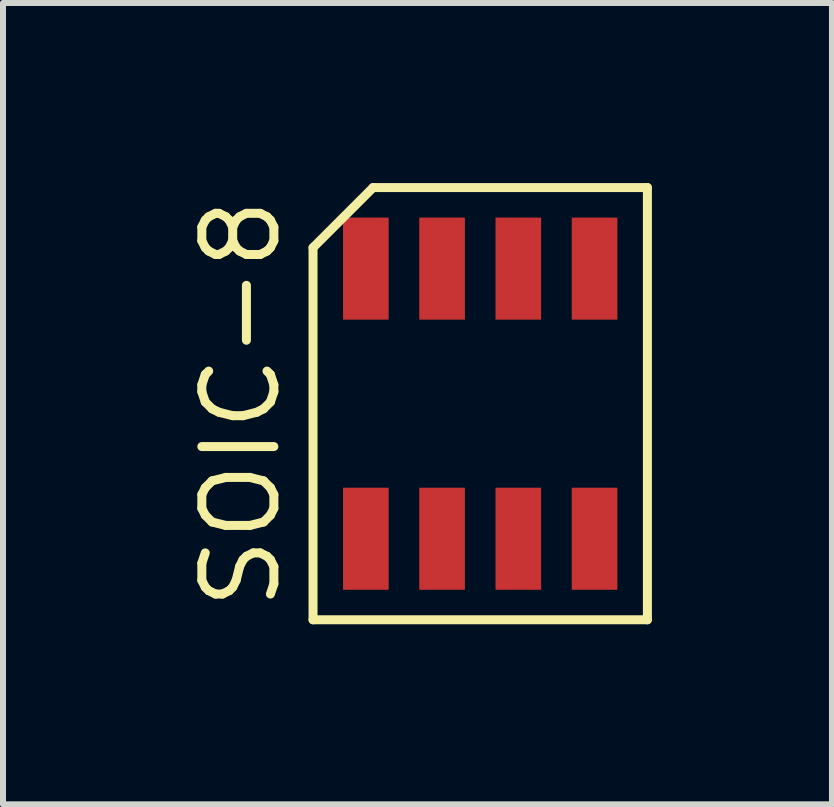
<source format=kicad_pcb>
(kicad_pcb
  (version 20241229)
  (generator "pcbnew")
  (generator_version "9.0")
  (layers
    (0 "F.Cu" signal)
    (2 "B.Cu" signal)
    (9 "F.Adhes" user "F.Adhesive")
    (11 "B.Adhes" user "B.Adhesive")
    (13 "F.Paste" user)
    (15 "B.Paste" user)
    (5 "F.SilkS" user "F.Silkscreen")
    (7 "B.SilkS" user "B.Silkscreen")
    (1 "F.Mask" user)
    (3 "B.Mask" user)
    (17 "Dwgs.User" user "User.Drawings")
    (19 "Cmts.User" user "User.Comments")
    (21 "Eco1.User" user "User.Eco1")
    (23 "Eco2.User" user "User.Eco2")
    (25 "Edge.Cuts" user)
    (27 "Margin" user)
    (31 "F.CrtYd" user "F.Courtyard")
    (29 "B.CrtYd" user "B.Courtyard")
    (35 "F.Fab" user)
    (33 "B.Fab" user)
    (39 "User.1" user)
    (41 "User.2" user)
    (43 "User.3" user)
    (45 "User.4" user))
  (footprint "SOIC-8"
    (layer "F.Cu")
    (at 4.95 3.675)
    (property "Reference" "SOIC-8" (at -3.985 0 90) (layer "F.SilkS") (effects (font (size 1.2 1.2) (thickness 0.15))))
    (attr through_hole)
    (fp_line (start -2.785 -2.6) (end -2.785 3.6) (stroke (width 0.15) (type solid)) (layer "F.SilkS"))
    (fp_line (start -2.785 3.6) (end 2.785 3.6) (stroke (width 0.15) (type solid)) (layer "F.SilkS"))
    (fp_line (start -1.785 -3.6) (end -2.785 -2.6) (stroke (width 0.15) (type solid)) (layer "F.SilkS"))
    (fp_line (start 2.785 -3.6) (end -1.785 -3.6) (stroke (width 0.15) (type solid)) (layer "F.SilkS"))
    (fp_line (start 2.785 3.6) (end 2.785 -3.6) (stroke (width 0.15) (type solid)) (layer "F.SilkS"))
    (pad "1" smd rect (at -1.905 2.25) (size 0.76 1.7) (layers "F.Cu" "F.Mask" "F.Paste"))
    (pad "2" smd rect (at -0.635 2.25) (size 0.76 1.7) (layers "F.Cu" "F.Mask" "F.Paste"))
    (pad "3" smd rect (at 0.635 2.25) (size 0.76 1.7) (layers "F.Cu" "F.Mask" "F.Paste"))
    (pad "4" smd rect (at 1.905 2.25) (size 0.76 1.7) (layers "F.Cu" "F.Mask" "F.Paste"))
    (pad "5" smd rect (at 1.905 -2.25) (size 0.76 1.7) (layers "F.Cu" "F.Mask" "F.Paste"))
    (pad "6" smd rect (at 0.635 -2.25) (size 0.76 1.7) (layers "F.Cu" "F.Mask" "F.Paste"))
    (pad "7" smd rect (at -0.635 -2.25) (size 0.76 1.7) (layers "F.Cu" "F.Mask" "F.Paste"))
    (pad "8" smd rect (at -1.905 -2.25) (size 0.76 1.7) (layers "F.Cu" "F.Mask" "F.Paste")))
  (gr_rect
    (start -3 -3)
    (end 10.81 10.35)
    (stroke (width 0.1) (type default))
    (fill no)
    (layer "Edge.Cuts")))
</source>
